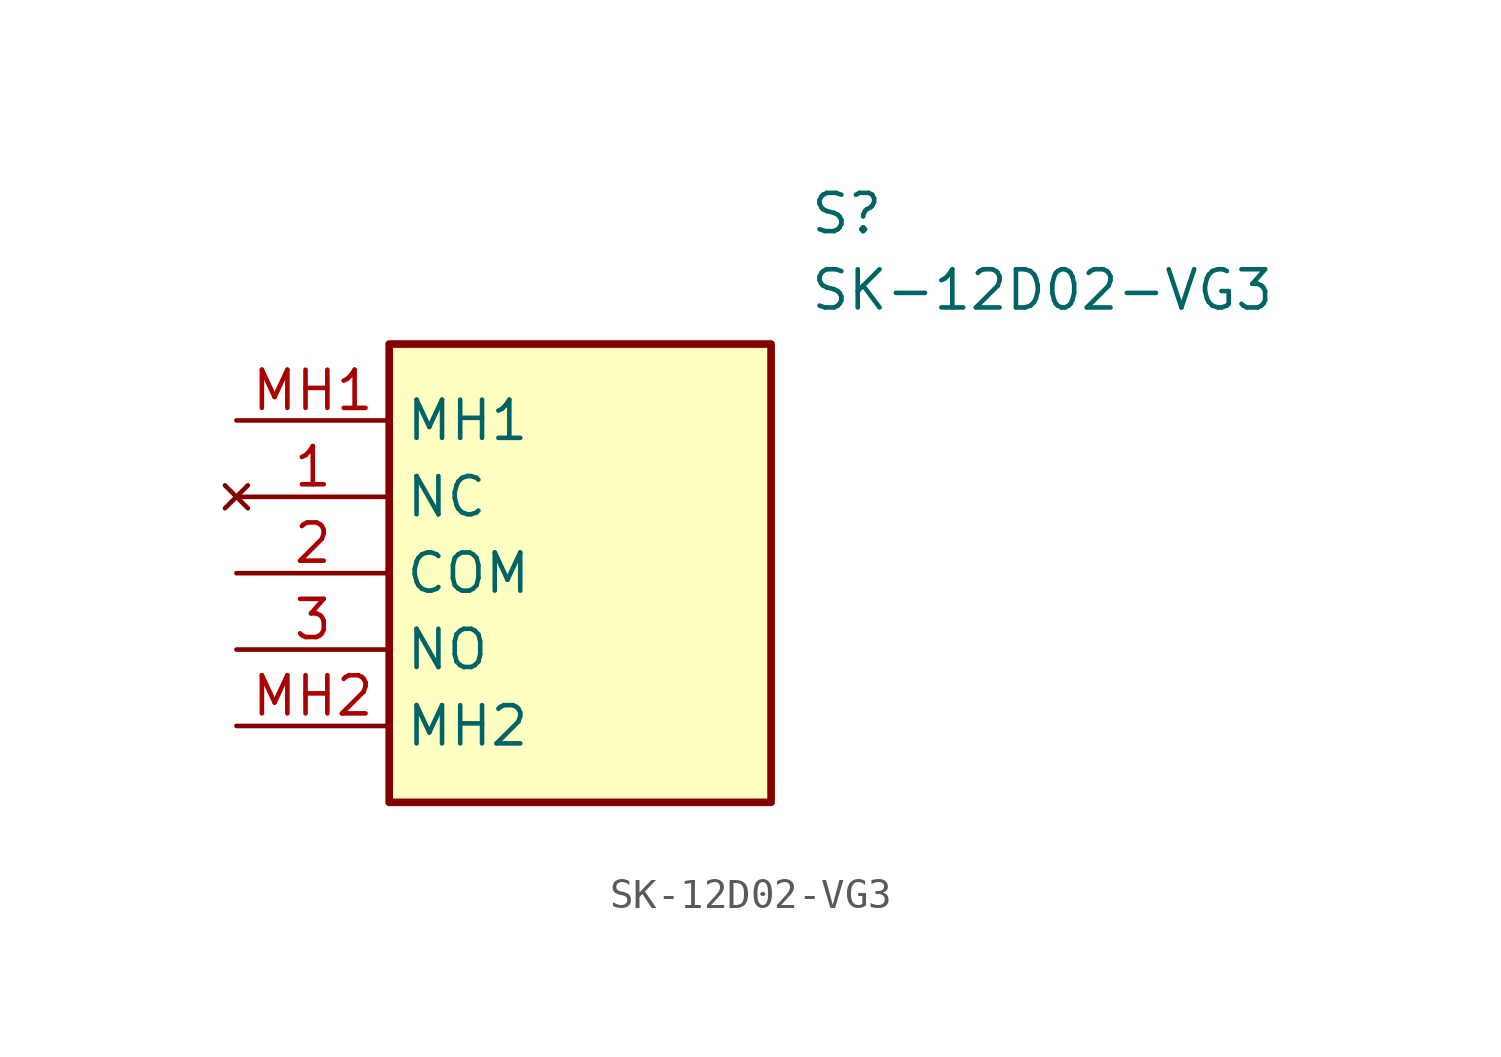
<source format=kicad_sym>
(kicad_symbol_lib
  (version 20211014)
  (generator SamacSys_ECAD_Model)
  (symbol "SK-12D02-VG3"
    (property "Reference" "S"
      (at 19.05 7.62 0)
      (effects (font (size 1.27 1.27)) (justify left top)))
    (property "Value" "SK-12D02-VG3"
      (at 19.05 5.08 0)
      (effects (font (size 1.27 1.27)) (justify left top)))
    (rectangle
      (start 5.08 2.54)
      (end 17.78 -12.7)
      (stroke (width 0.254) (type default))
      (fill (type background)))
    (pin no_connect line
      (at 0 -2.54 0)
      (length 5.08)
      (name "NC" (effects (font (size 1.27 1.27))))
      (number "1" (effects (font (size 1.27 1.27)))))
    (pin passive line
      (at 0 -5.08 0)
      (length 5.08)
      (name "COM" (effects (font (size 1.27 1.27))))
      (number "2" (effects (font (size 1.27 1.27)))))
    (pin passive line
      (at 0 -7.62 0)
      (length 5.08)
      (name "NO" (effects (font (size 1.27 1.27))))
      (number "3" (effects (font (size 1.27 1.27)))))
    (pin passive line
      (at 0 0 0)
      (length 5.08)
      (name "MH1" (effects (font (size 1.27 1.27))))
      (number "MH1" (effects (font (size 1.27 1.27)))))
    (pin passive line
      (at 0 -10.16 0)
      (length 5.08)
      (name "MH2" (effects (font (size 1.27 1.27))))
      (number "MH2" (effects (font (size 1.27 1.27)))))))
</source>
